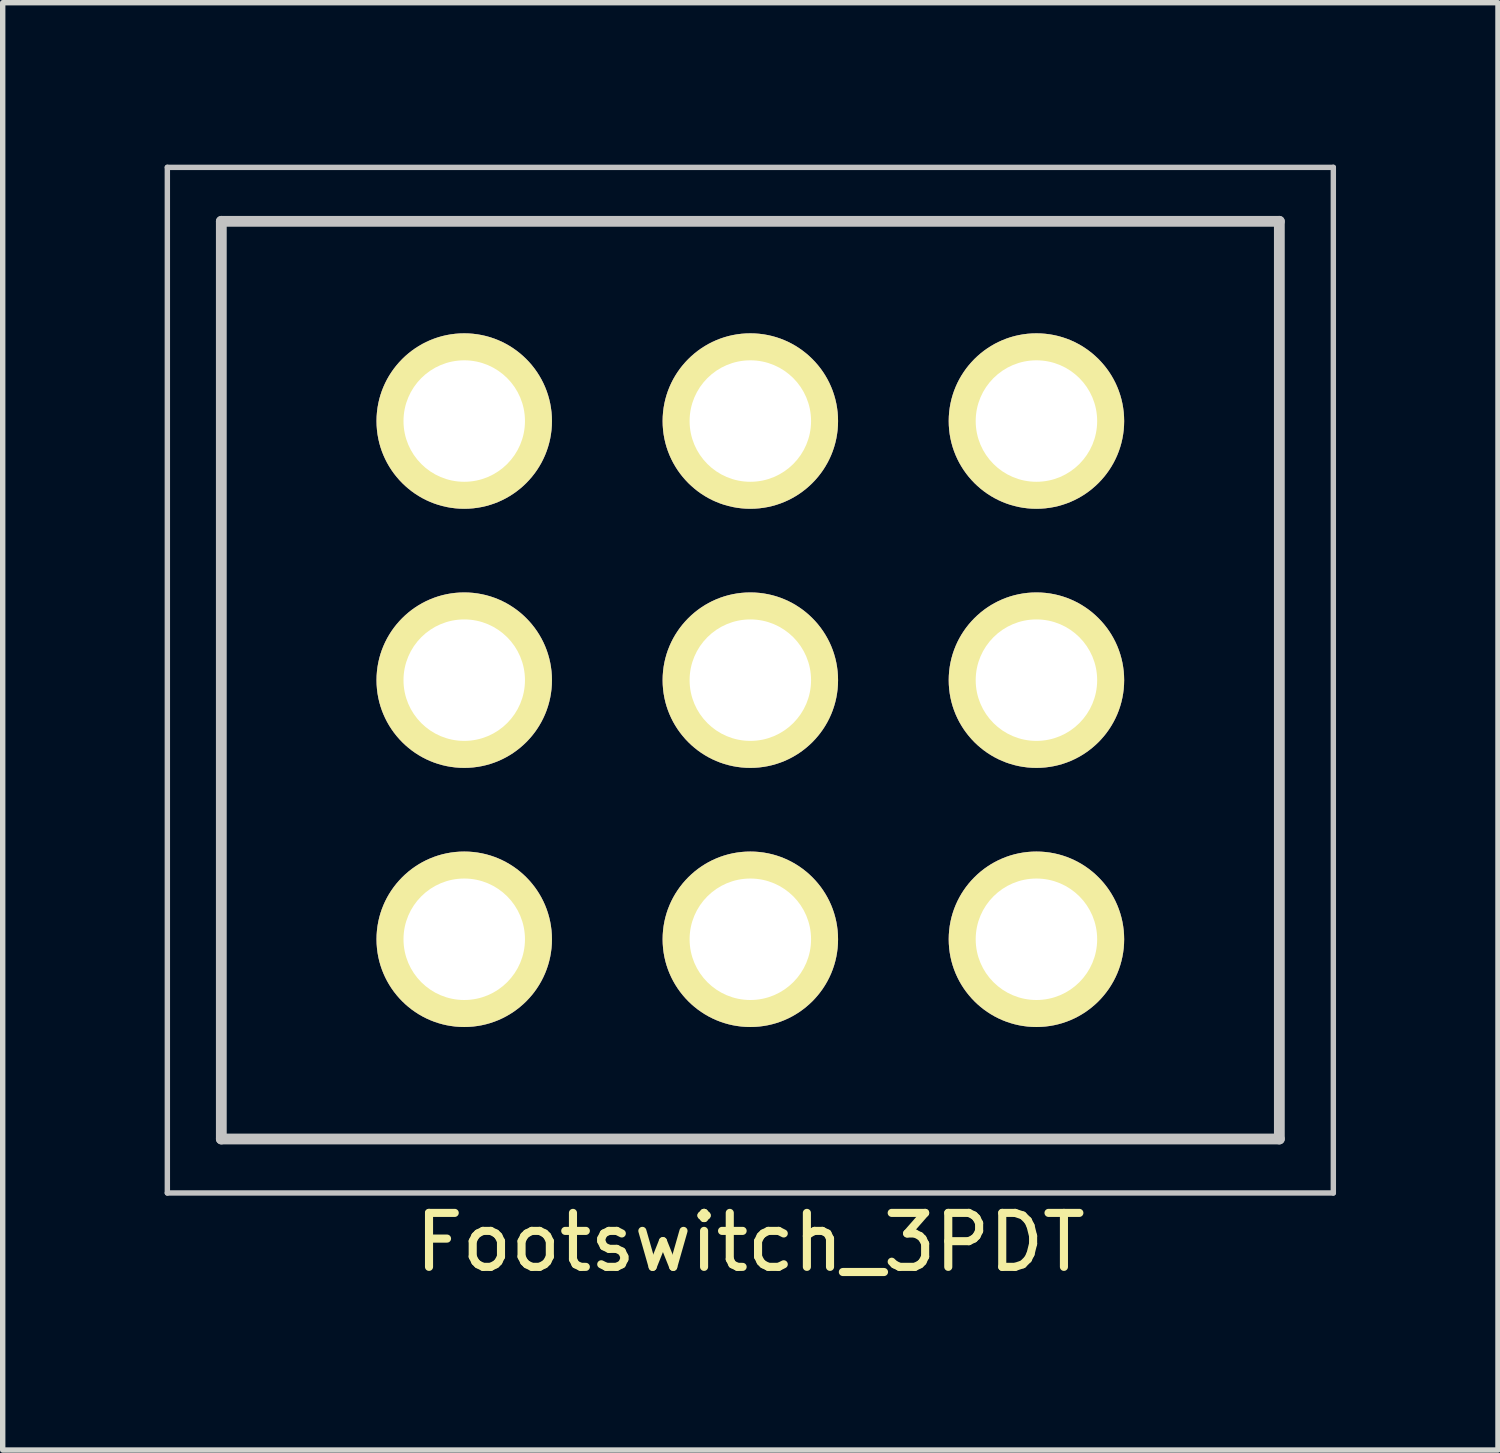
<source format=kicad_pcb>
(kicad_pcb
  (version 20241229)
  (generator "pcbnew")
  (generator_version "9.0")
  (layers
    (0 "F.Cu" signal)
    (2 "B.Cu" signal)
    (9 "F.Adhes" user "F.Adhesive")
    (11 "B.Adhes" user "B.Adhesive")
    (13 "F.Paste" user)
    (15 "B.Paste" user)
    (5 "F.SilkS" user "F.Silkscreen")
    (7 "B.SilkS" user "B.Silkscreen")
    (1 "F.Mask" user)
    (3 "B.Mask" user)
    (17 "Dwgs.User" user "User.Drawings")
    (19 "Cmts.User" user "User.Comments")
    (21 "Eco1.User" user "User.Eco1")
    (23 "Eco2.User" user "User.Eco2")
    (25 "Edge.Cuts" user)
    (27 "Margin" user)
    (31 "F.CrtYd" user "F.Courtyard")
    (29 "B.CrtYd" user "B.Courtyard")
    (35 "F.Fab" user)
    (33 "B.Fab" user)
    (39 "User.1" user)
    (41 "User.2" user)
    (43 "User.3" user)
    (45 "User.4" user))
  (footprint "Footswitch_3PDT"
    (layer "F.Cu")
    (at 10.85 9.55)
    (property "Reference" "Footswitch_3PDT" (at 0 10.414 0) (layer "F.SilkS") (effects (font (size 1 1) (thickness 0.15))))
    (attr through_hole)
    (fp_line (start -9.8 -8.5) (end 9.8 -8.5) (stroke (width 0.1) (type solid)) (layer "F.SilkS"))
    (fp_line (start -9.8 8.5) (end -9.8 -8.5) (stroke (width 0.1) (type solid)) (layer "F.SilkS"))
    (fp_line (start 9.8 -8.5) (end 9.8 8.5) (stroke (width 0.1) (type solid)) (layer "F.SilkS"))
    (fp_line (start 9.8 8.5) (end -9.8 8.5) (stroke (width 0.1) (type solid)) (layer "F.SilkS"))
    (fp_line (start -10.8 -9.5) (end 10.8 -9.5) (stroke (width 0.1) (type solid)) (layer "Dwgs.User"))
    (fp_line (start -10.8 9.5) (end -10.8 -9.5) (stroke (width 0.1) (type solid)) (layer "Dwgs.User"))
    (fp_line (start -9.8 -8.5) (end 9.8 -8.5) (stroke (width 0.2) (type solid)) (layer "Dwgs.User"))
    (fp_line (start -9.8 8.5) (end -9.8 -8.5) (stroke (width 0.2) (type solid)) (layer "Dwgs.User"))
    (fp_line (start 9.8 -8.5) (end 9.8 8.5) (stroke (width 0.2) (type solid)) (layer "Dwgs.User"))
    (fp_line (start 9.8 8.5) (end -9.8 8.5) (stroke (width 0.2) (type solid)) (layer "Dwgs.User"))
    (fp_line (start 10.8 -9.5) (end 10.8 9.5) (stroke (width 0.1) (type solid)) (layer "Dwgs.User"))
    (fp_line (start 10.8 9.5) (end -10.8 9.5) (stroke (width 0.1) (type solid)) (layer "Dwgs.User"))
    (pad "1" thru_hole circle (at 5.3 4.8 90) (size 3.25 3.25) (drill 2.25) (layers "*.Cu" "*.Mask" "F.SilkS"))
    (pad "2" thru_hole circle (at 5.3 0 90) (size 3.25 3.25) (drill 2.25) (layers "*.Cu" "*.Mask" "F.SilkS"))
    (pad "3" thru_hole circle (at 5.3 -4.8 90) (size 3.25 3.25) (drill 2.25) (layers "*.Cu" "*.Mask" "F.SilkS"))
    (pad "4" thru_hole circle (at 0 4.8 90) (size 3.25 3.25) (drill 2.25) (layers "*.Cu" "*.Mask" "F.SilkS"))
    (pad "5" thru_hole circle (at 0 0 90) (size 3.25 3.25) (drill 2.25) (layers "*.Cu" "*.Mask" "F.SilkS"))
    (pad "6" thru_hole circle (at 0 -4.8 90) (size 3.25 3.25) (drill 2.25) (layers "*.Cu" "*.Mask" "F.SilkS"))
    (pad "7" thru_hole circle (at -5.3 4.8 90) (size 3.25 3.25) (drill 2.25) (layers "*.Cu" "*.Mask" "F.SilkS"))
    (pad "8" thru_hole circle (at -5.3 0 90) (size 3.25 3.25) (drill 2.25) (layers "*.Cu" "*.Mask" "F.SilkS"))
    (pad "9" thru_hole circle (at -5.3 -4.8 90) (size 3.25 3.25) (drill 2.25) (layers "*.Cu" "*.Mask" "F.SilkS")))
  (gr_rect
    (start -3 -3)
    (end 24.7 23.812)
    (stroke (width 0.1) (type default))
    (fill no)
    (layer "Edge.Cuts")))
</source>
